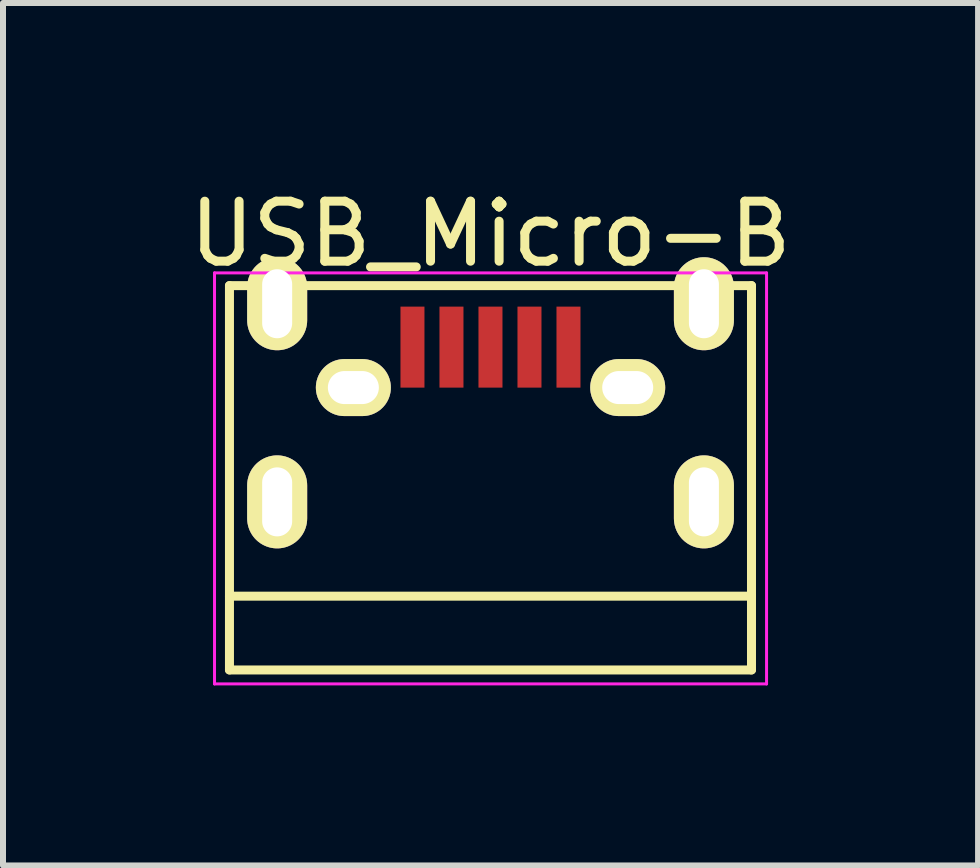
<source format=kicad_pcb>
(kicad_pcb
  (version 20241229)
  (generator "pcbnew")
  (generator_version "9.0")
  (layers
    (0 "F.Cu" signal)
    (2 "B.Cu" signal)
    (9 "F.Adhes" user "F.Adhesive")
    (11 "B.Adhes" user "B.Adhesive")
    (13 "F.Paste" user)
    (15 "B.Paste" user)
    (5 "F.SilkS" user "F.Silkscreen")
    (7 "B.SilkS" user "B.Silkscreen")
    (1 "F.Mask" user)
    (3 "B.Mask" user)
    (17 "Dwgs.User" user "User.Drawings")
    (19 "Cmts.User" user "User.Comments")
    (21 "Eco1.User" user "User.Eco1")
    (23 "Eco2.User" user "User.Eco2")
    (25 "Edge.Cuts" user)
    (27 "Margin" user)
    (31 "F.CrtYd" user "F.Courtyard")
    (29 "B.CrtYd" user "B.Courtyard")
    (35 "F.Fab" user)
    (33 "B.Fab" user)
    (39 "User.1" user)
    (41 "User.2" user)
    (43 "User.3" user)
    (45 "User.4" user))
  (footprint "USB_Micro-B"
    (layer "F.Cu")
    (at 5.125 4.298)
    (property "Reference" "USB_Micro-B" (at 0 -3.45 0) (layer "F.SilkS") (effects (font (size 1 1) (thickness 0.15))))
    (attr smd)
    (fp_line (start -4.351 -2.588) (end 4.349 -2.588) (stroke (width 0.15) (type solid)) (layer "F.SilkS"))
    (fp_line (start -4.351 3.817) (end -4.351 -2.588) (stroke (width 0.15) (type solid)) (layer "F.SilkS"))
    (fp_line (start -4.351 3.817) (end 4.349 3.817) (stroke (width 0.15) (type solid)) (layer "F.SilkS"))
    (fp_line (start 4.349 -2.588) (end 4.349 3.817) (stroke (width 0.15) (type solid)) (layer "F.SilkS"))
    (fp_line (start 4.349 2.587) (end -4.351 2.587) (stroke (width 0.15) (type solid)) (layer "F.SilkS"))
    (fp_line (start -4.6 -2.8) (end 4.6 -2.8) (stroke (width 0.05) (type solid)) (layer "F.CrtYd"))
    (fp_line (start -4.6 4.05) (end -4.6 -2.8) (stroke (width 0.05) (type solid)) (layer "F.CrtYd"))
    (fp_line (start 4.6 -2.8) (end 4.6 4.05) (stroke (width 0.05) (type solid)) (layer "F.CrtYd"))
    (fp_line (start 4.6 4.05) (end -4.6 4.05) (stroke (width 0.05) (type solid)) (layer "F.CrtYd"))
    (pad "1" smd rect (at -1.301 -1.563 90) (size 1.35 0.4) (layers "F.Cu" "F.Mask" "F.Paste"))
    (pad "2" smd rect (at -0.651 -1.563 90) (size 1.35 0.4) (layers "F.Cu" "F.Mask" "F.Paste"))
    (pad "3" smd rect (at -0.001 -1.563 90) (size 1.35 0.4) (layers "F.Cu" "F.Mask" "F.Paste"))
    (pad "4" smd rect (at 0.649 -1.563 90) (size 1.35 0.4) (layers "F.Cu" "F.Mask" "F.Paste"))
    (pad "5" smd rect (at 1.299 -1.563 90) (size 1.35 0.4) (layers "F.Cu" "F.Mask" "F.Paste"))
    (pad "6" thru_hole oval (at -3.556 -2.286 90) (size 1.55 1) (drill oval 1.15 0.5) (layers "*.Cu" "*.Mask" "F.SilkS"))
    (pad "6" thru_hole oval (at -3.556 1.016 90) (size 1.55 1) (drill oval 1.15 0.5) (layers "*.Cu" "*.Mask" "F.SilkS"))
    (pad "6" thru_hole oval (at -2.286 -0.889 90) (size 0.95 1.25) (drill oval 0.55 0.85) (layers "*.Cu" "*.Mask" "F.SilkS"))
    (pad "6" thru_hole oval (at 2.286 -0.889 90) (size 0.95 1.25) (drill oval 0.55 0.85) (layers "*.Cu" "*.Mask" "F.SilkS"))
    (pad "6" thru_hole oval (at 3.556 -2.286 90) (size 1.55 1) (drill oval 1.15 0.5) (layers "*.Cu" "*.Mask" "F.SilkS"))
    (pad "6" thru_hole oval (at 3.556 1.016 90) (size 1.55 1) (drill oval 1.15 0.5) (layers "*.Cu" "*.Mask" "F.SilkS")))
  (gr_rect
    (start -3 -3)
    (end 13.25 11.373)
    (stroke (width 0.1) (type default))
    (fill no)
    (layer "Edge.Cuts")))
</source>
